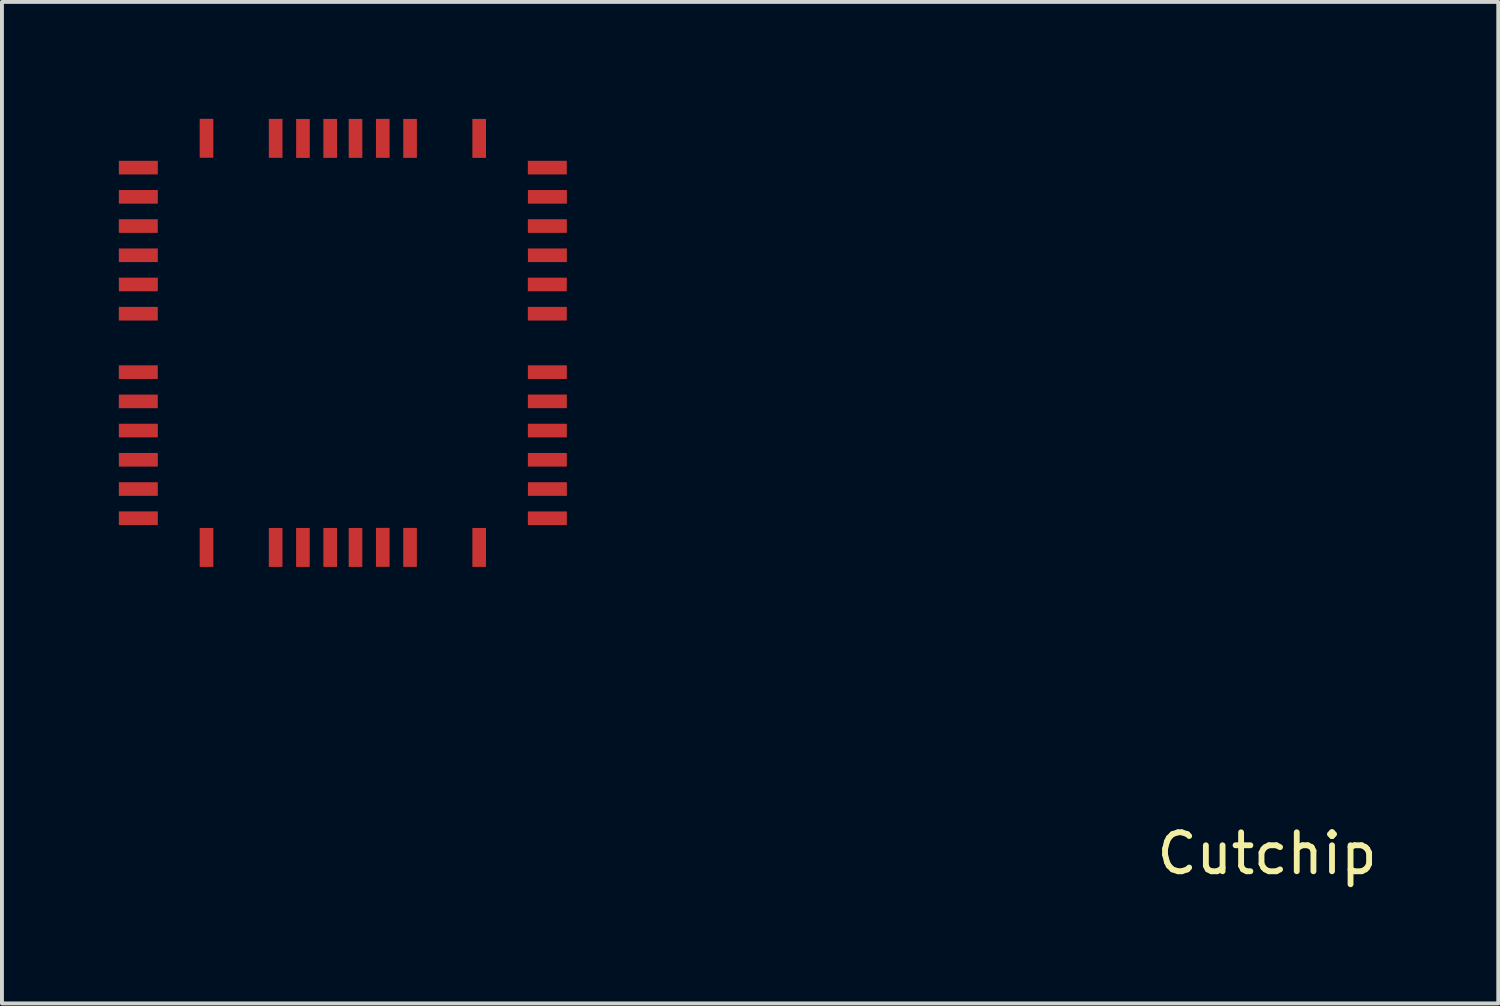
<source format=kicad_pcb>
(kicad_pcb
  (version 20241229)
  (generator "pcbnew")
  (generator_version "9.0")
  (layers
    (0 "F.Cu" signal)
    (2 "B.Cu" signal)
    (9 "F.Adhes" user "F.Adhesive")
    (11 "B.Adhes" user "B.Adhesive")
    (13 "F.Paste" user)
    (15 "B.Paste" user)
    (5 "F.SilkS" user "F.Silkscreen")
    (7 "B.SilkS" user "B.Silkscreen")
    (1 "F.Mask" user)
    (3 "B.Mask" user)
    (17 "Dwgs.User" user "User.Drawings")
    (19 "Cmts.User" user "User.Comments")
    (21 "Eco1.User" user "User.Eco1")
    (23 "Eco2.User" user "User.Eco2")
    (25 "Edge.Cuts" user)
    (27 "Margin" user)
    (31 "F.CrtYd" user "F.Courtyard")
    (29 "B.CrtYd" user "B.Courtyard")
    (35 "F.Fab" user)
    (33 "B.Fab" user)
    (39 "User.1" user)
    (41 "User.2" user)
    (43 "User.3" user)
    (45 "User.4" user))
  (footprint "Cutchip"
    (layer "F.Cu")
    (at 5.751 5.753)
    (property "Reference" "Cutchip" (at 23.726 13.108 0) (layer "F.SilkS") (effects (font (size 1 1) (thickness 0.15))))
    (attr through_hole)
    (pad "1" smd rect (at -5.251 0.75 270) (size 0.35 1) (layers "F.Cu" "F.Mask" "F.Paste"))
    (pad "2" smd rect (at -5.251 1.501 270) (size 0.35 1) (layers "F.Cu" "F.Mask" "F.Paste"))
    (pad "3" smd rect (at -5.25 2.25 270) (size 0.35 1) (layers "F.Cu" "F.Mask" "F.Paste"))
    (pad "4" smd rect (at -5.25 3 270) (size 0.35 1) (layers "F.Cu" "F.Mask" "F.Paste"))
    (pad "5" smd rect (at -5.25 3.751 270) (size 0.35 1) (layers "F.Cu" "F.Mask" "F.Paste"))
    (pad "6" smd rect (at -5.25 4.5 270) (size 0.35 1) (layers "F.Cu" "F.Mask" "F.Paste"))
    (pad "7" smd rect (at -3.5 5.25 180) (size 0.35 1) (layers "F.Cu" "F.Mask" "F.Paste"))
    (pad "8" smd rect (at -1.725 5.25 180) (size 0.35 1) (layers "F.Cu" "F.Mask" "F.Paste"))
    (pad "9" smd rect (at -1.025 5.25 180) (size 0.35 1) (layers "F.Cu" "F.Mask" "F.Paste"))
    (pad "10" smd rect (at -0.325 5.25 180) (size 0.35 1) (layers "F.Cu" "F.Mask" "F.Paste"))
    (pad "11" smd rect (at 0.325 5.25 180) (size 0.35 1) (layers "F.Cu" "F.Mask" "F.Paste"))
    (pad "12" smd rect (at 1.025 5.248 180) (size 0.35 1) (layers "F.Cu" "F.Mask" "F.Paste"))
    (pad "13" smd rect (at 1.725 5.249 180) (size 0.35 1) (layers "F.Cu" "F.Mask" "F.Paste"))
    (pad "14" smd rect (at 3.5 5.25 180) (size 0.35 1) (layers "F.Cu" "F.Mask" "F.Paste"))
    (pad "15" smd rect (at 5.25 4.501 90) (size 0.35 1) (layers "F.Cu" "F.Mask" "F.Paste"))
    (pad "16" smd rect (at 5.251 3.751 90) (size 0.35 1) (layers "F.Cu" "F.Mask" "F.Paste"))
    (pad "17" smd rect (at 5.25 3 90) (size 0.35 1) (layers "F.Cu" "F.Mask" "F.Paste"))
    (pad "18" smd rect (at 5.25 2.25 90) (size 0.35 1) (layers "F.Cu" "F.Mask" "F.Paste"))
    (pad "19" smd rect (at 5.25 1.5 90) (size 0.35 1) (layers "F.Cu" "F.Mask" "F.Paste"))
    (pad "20" smd rect (at 5.25 0.75 90) (size 0.35 1) (layers "F.Cu" "F.Mask" "F.Paste"))
    (pad "21" smd rect (at 5.249 -0.75 90) (size 0.35 1) (layers "F.Cu" "F.Mask" "F.Paste"))
    (pad "22" smd rect (at 5.249 -1.5 90) (size 0.35 1) (layers "F.Cu" "F.Mask" "F.Paste"))
    (pad "23" smd rect (at 5.251 -2.25 90) (size 0.35 1) (layers "F.Cu" "F.Mask" "F.Paste"))
    (pad "24" smd rect (at 5.25 -3 90) (size 0.35 1) (layers "F.Cu" "F.Mask" "F.Paste"))
    (pad "25" smd rect (at 5.251 -3.75 90) (size 0.35 1) (layers "F.Cu" "F.Mask" "F.Paste"))
    (pad "26" smd rect (at 5.249 -4.5 90) (size 0.35 1) (layers "F.Cu" "F.Mask" "F.Paste"))
    (pad "27" smd rect (at 3.5 -5.25) (size 0.35 1) (layers "F.Cu" "F.Mask" "F.Paste"))
    (pad "28" smd rect (at 1.726 -5.25) (size 0.35 1) (layers "F.Cu" "F.Mask" "F.Paste"))
    (pad "29" smd rect (at 1.025 -5.251) (size 0.35 1) (layers "F.Cu" "F.Mask" "F.Paste"))
    (pad "30" smd rect (at 0.325 -5.25) (size 0.35 1) (layers "F.Cu" "F.Mask" "F.Paste"))
    (pad "31" smd rect (at -0.325 -5.25) (size 0.35 1) (layers "F.Cu" "F.Mask" "F.Paste"))
    (pad "32" smd rect (at -1.024 -5.249) (size 0.35 1) (layers "F.Cu" "F.Mask" "F.Paste"))
    (pad "33" smd rect (at -1.725 -5.251) (size 0.35 1) (layers "F.Cu" "F.Mask" "F.Paste"))
    (pad "34" smd rect (at -3.5 -5.253) (size 0.35 1) (layers "F.Cu" "F.Mask" "F.Paste"))
    (pad "35" smd rect (at -5.25 -4.5 270) (size 0.35 1) (layers "F.Cu" "F.Mask" "F.Paste"))
    (pad "36" smd rect (at -5.25 -3.75 270) (size 0.35 1) (layers "F.Cu" "F.Mask" "F.Paste"))
    (pad "37" smd rect (at -5.251 -3 270) (size 0.35 1) (layers "F.Cu" "F.Mask" "F.Paste"))
    (pad "38" smd rect (at -5.25 -2.25 270) (size 0.35 1) (layers "F.Cu" "F.Mask" "F.Paste"))
    (pad "39" smd rect (at -5.25 -1.5 270) (size 0.35 1) (layers "F.Cu" "F.Mask" "F.Paste"))
    (pad "40" smd rect (at -5.251 -0.75 270) (size 0.35 1) (layers "F.Cu" "F.Mask" "F.Paste")))
  (gr_rect
    (start -3 -3)
    (end 35.412 22.709)
    (stroke (width 0.1) (type default))
    (fill no)
    (layer "Edge.Cuts")))
</source>
